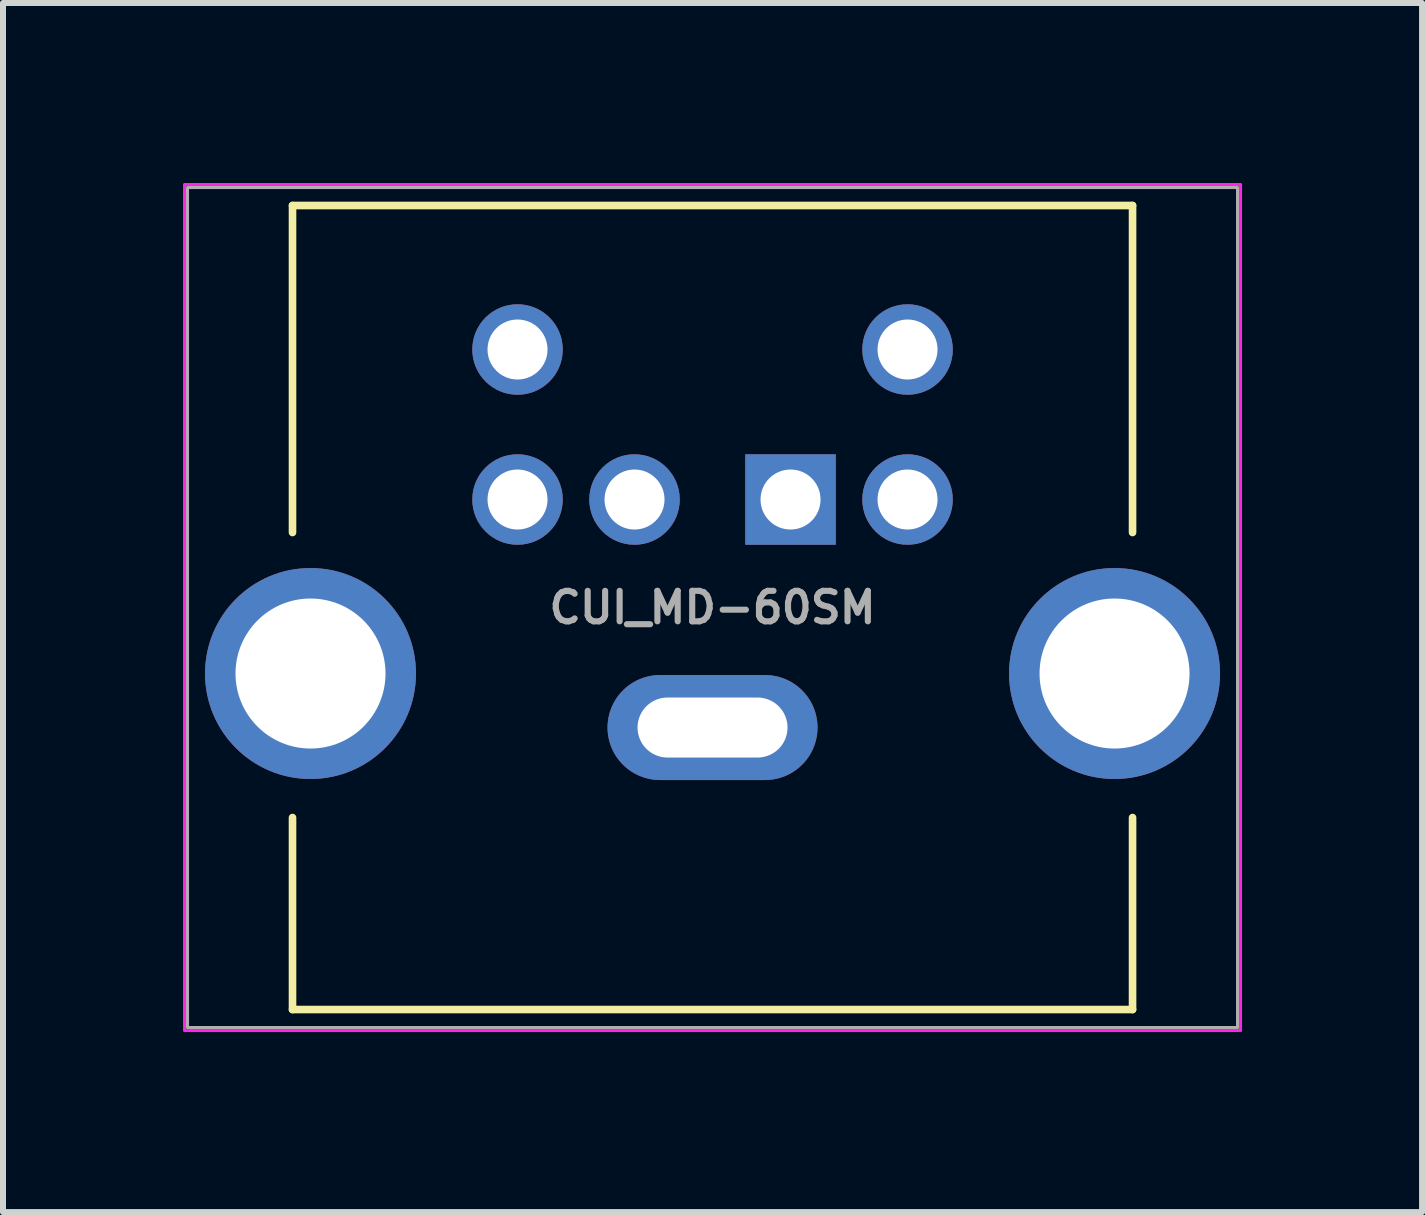
<source format=kicad_pcb>
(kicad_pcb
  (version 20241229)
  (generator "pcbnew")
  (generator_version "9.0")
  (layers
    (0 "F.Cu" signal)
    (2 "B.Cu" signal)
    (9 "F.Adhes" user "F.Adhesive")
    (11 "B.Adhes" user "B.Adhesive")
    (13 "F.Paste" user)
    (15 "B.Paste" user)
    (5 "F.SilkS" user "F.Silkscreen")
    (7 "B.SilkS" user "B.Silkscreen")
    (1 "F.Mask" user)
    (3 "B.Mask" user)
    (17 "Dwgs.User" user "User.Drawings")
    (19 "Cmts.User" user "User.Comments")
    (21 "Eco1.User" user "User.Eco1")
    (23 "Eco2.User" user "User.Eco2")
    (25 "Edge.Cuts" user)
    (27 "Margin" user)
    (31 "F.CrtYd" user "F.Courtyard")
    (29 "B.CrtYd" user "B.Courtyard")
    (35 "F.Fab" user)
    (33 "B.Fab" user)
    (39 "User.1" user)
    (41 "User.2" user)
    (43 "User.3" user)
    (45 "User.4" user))
  (footprint "CUI_MD-60SM"
    (layer "F.Cu")
    (at 8.825 7.075)
    (property "Reference" "CUI_MD-60SM" (at 0 0 0) (layer "F.Fab") (effects (font (size 0.508 0.508) (thickness 0.102))))
    (attr through_hole)
    (fp_line (start -7 -6.7) (end -7 -1.25) (stroke (width 0.127) (type solid)) (layer "F.SilkS"))
    (fp_line (start -7 -6.7) (end 7 -6.7) (stroke (width 0.127) (type solid)) (layer "F.SilkS"))
    (fp_line (start -7 6.7) (end -7 3.5) (stroke (width 0.127) (type solid)) (layer "F.SilkS"))
    (fp_line (start 7 -6.7) (end 7 -1.25) (stroke (width 0.127) (type solid)) (layer "F.SilkS"))
    (fp_line (start 7 6.7) (end -7 6.7) (stroke (width 0.127) (type solid)) (layer "F.SilkS"))
    (fp_line (start 7 6.7) (end 7 3.5) (stroke (width 0.127) (type solid)) (layer "F.SilkS"))
    (fp_rect (start -8.8 -7.05) (end 8.8 7.05) (stroke (width 0.05) (type solid)) (fill no) (layer "F.CrtYd"))
    (fp_rect (start -8.75 -7) (end 8.75 7) (stroke (width 0.051) (type solid)) (fill no) (layer "F.Fab"))
    (pad "1" thru_hole rect (at 1.3 -1.8) (size 1.508 1.508) (drill 1) (layers "*.Cu" "*.Mask"))
    (pad "2" thru_hole circle (at -1.3 -1.8) (size 1.508 1.508) (drill 1) (layers "*.Cu" "*.Mask"))
    (pad "3" thru_hole circle (at -3.25 -1.8) (size 1.508 1.508) (drill 1) (layers "*.Cu" "*.Mask"))
    (pad "5" thru_hole circle (at 3.25 -1.8) (size 1.508 1.508) (drill 1) (layers "*.Cu" "*.Mask"))
    (pad "6" thru_hole circle (at 3.25 -4.3) (size 1.508 1.508) (drill 1) (layers "*.Cu" "*.Mask"))
    (pad "8" thru_hole circle (at -3.25 -4.3) (size 1.508 1.508) (drill 1) (layers "*.Cu" "*.Mask"))
    (pad "S1" thru_hole circle (at 6.7 1.1) (size 3.516 3.516) (drill 2.5) (layers "*.Cu" "*.Mask"))
    (pad "S2" thru_hole circle (at -6.7 1.1) (size 3.516 3.516) (drill 2.5) (layers "*.Cu" "*.Mask"))
    (pad "S3" thru_hole oval (at 0 2) (size 3.5 1.75) (drill oval 2.5 1) (layers "*.Cu" "*.Mask")))
  (gr_rect
    (start -3 -3)
    (end 20.65 17.15)
    (stroke (width 0.1) (type default))
    (fill no)
    (layer "Edge.Cuts")))
</source>
